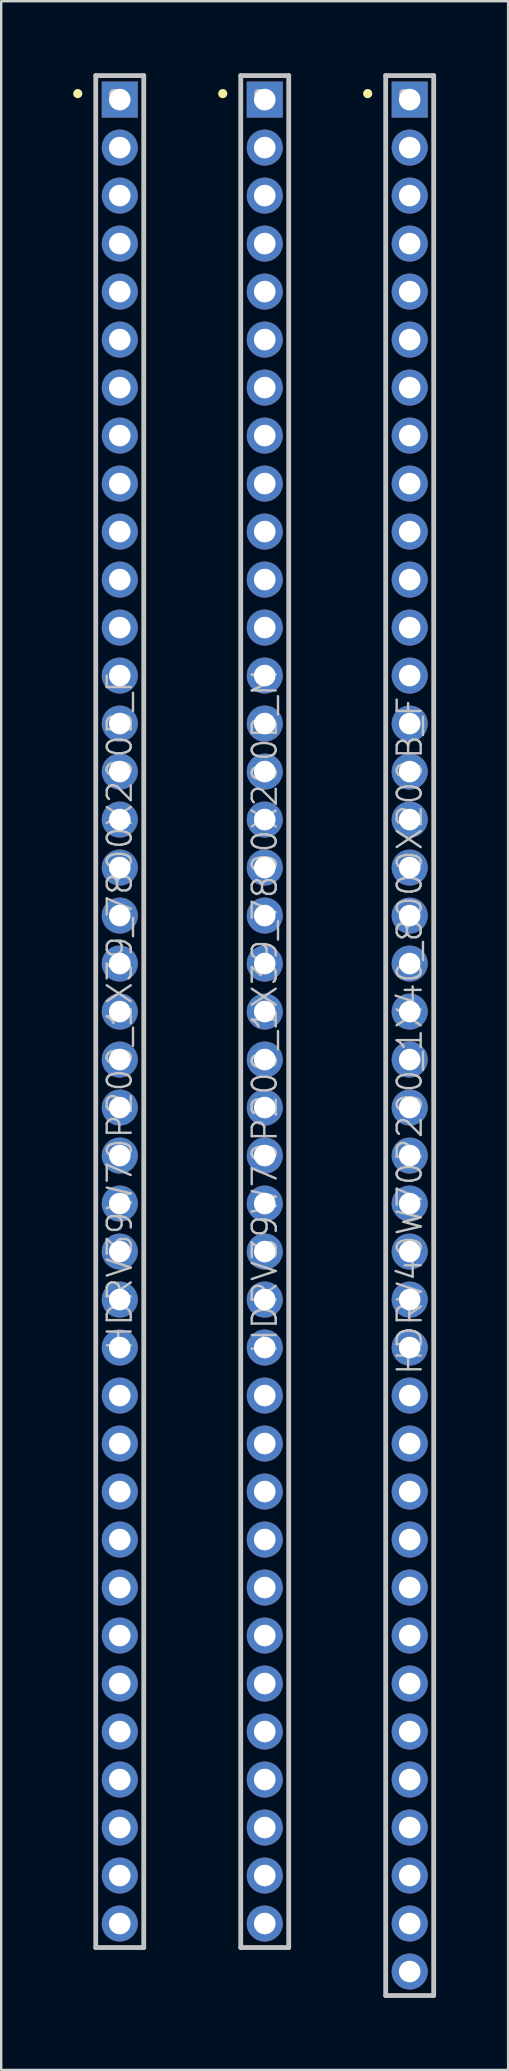
<source format=kicad_pcb>
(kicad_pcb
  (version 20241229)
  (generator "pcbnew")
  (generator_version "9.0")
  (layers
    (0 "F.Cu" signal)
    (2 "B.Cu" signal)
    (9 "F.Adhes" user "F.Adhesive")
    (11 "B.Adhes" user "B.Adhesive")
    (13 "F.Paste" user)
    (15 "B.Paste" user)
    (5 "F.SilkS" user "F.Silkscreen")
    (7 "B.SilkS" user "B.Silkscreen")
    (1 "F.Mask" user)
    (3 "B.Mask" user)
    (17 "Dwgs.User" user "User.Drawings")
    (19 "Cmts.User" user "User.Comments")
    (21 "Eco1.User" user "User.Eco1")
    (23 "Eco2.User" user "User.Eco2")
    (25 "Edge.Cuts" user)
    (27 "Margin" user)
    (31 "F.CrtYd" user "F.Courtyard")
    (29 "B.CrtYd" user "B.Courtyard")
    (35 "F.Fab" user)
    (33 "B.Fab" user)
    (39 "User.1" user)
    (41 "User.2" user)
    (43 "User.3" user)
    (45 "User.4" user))
  (footprint "HDRV39W70P200_1X39_7800X200B_M"
    (layer "F.Cu")
    (at 7.981 39.1)
    (property "Reference" "HDRV39W70P200_1X39_7800X200B_M" (at 0 0 90) (layer "Dwgs.User") (effects (font (size 1 1) (thickness 0.1))))
    (attr through_hole)
    (fp_line (start -1.75 -38.25) (end -1.75 -38.25) (stroke (width 0.381) (type solid)) (layer "F.SilkS"))
    (fp_line (start -1 -39) (end -1 39) (stroke (width 0.2) (type solid)) (layer "Dwgs.User"))
    (fp_line (start -1 -39) (end 1 -39) (stroke (width 0.2) (type solid)) (layer "Dwgs.User"))
    (fp_line (start -1 39) (end 1 39) (stroke (width 0.2) (type solid)) (layer "Dwgs.User"))
    (fp_line (start -0.25 -38.25) (end -0.25 -38.25) (stroke (width 0.381) (type solid)) (layer "Dwgs.User"))
    (fp_line (start 1 -39) (end 1 39) (stroke (width 0.2) (type solid)) (layer "Dwgs.User"))
    (pad "1" thru_hole rect (at 0 -38) (size 1.5 1.5) (drill 0.9) (layers "*.Cu" "*.Mask"))
    (pad "2" thru_hole circle (at 0 -36 270) (size 1.5 1.5) (drill 0.9) (layers "*.Cu" "*.Mask"))
    (pad "3" thru_hole circle (at 0 -34 270) (size 1.5 1.5) (drill 0.9) (layers "*.Cu" "*.Mask"))
    (pad "4" thru_hole circle (at 0 -32 270) (size 1.5 1.5) (drill 0.9) (layers "*.Cu" "*.Mask"))
    (pad "5" thru_hole circle (at 0 -30 270) (size 1.5 1.5) (drill 0.9) (layers "*.Cu" "*.Mask"))
    (pad "6" thru_hole circle (at 0 -28 270) (size 1.5 1.5) (drill 0.9) (layers "*.Cu" "*.Mask"))
    (pad "7" thru_hole circle (at 0 -26 270) (size 1.5 1.5) (drill 0.9) (layers "*.Cu" "*.Mask"))
    (pad "8" thru_hole circle (at 0 -24 270) (size 1.5 1.5) (drill 0.9) (layers "*.Cu" "*.Mask"))
    (pad "9" thru_hole circle (at 0 -22 270) (size 1.5 1.5) (drill 0.9) (layers "*.Cu" "*.Mask"))
    (pad "10" thru_hole circle (at 0 -20 270) (size 1.5 1.5) (drill 0.9) (layers "*.Cu" "*.Mask"))
    (pad "11" thru_hole circle (at 0 -18 270) (size 1.5 1.5) (drill 0.9) (layers "*.Cu" "*.Mask"))
    (pad "12" thru_hole circle (at 0 -16 270) (size 1.5 1.5) (drill 0.9) (layers "*.Cu" "*.Mask"))
    (pad "13" thru_hole circle (at 0 -14 270) (size 1.5 1.5) (drill 0.9) (layers "*.Cu" "*.Mask"))
    (pad "14" thru_hole circle (at 0 -12 270) (size 1.5 1.5) (drill 0.9) (layers "*.Cu" "*.Mask"))
    (pad "15" thru_hole circle (at 0 -10 270) (size 1.5 1.5) (drill 0.9) (layers "*.Cu" "*.Mask"))
    (pad "16" thru_hole circle (at 0 -8 270) (size 1.5 1.5) (drill 0.9) (layers "*.Cu" "*.Mask"))
    (pad "17" thru_hole circle (at 0 -6 270) (size 1.5 1.5) (drill 0.9) (layers "*.Cu" "*.Mask"))
    (pad "18" thru_hole circle (at 0 -4 270) (size 1.5 1.5) (drill 0.9) (layers "*.Cu" "*.Mask"))
    (pad "19" thru_hole circle (at 0 -2 270) (size 1.5 1.5) (drill 0.9) (layers "*.Cu" "*.Mask"))
    (pad "20" thru_hole circle (at 0 0 270) (size 1.5 1.5) (drill 0.9) (layers "*.Cu" "*.Mask"))
    (pad "21" thru_hole circle (at 0 2 270) (size 1.5 1.5) (drill 0.9) (layers "*.Cu" "*.Mask"))
    (pad "22" thru_hole circle (at 0 4 270) (size 1.5 1.5) (drill 0.9) (layers "*.Cu" "*.Mask"))
    (pad "23" thru_hole circle (at 0 6 270) (size 1.5 1.5) (drill 0.9) (layers "*.Cu" "*.Mask"))
    (pad "24" thru_hole circle (at 0 8 270) (size 1.5 1.5) (drill 0.9) (layers "*.Cu" "*.Mask"))
    (pad "25" thru_hole circle (at 0 10 270) (size 1.5 1.5) (drill 0.9) (layers "*.Cu" "*.Mask"))
    (pad "26" thru_hole circle (at 0 12 270) (size 1.5 1.5) (drill 0.9) (layers "*.Cu" "*.Mask"))
    (pad "27" thru_hole circle (at 0 14 270) (size 1.5 1.5) (drill 0.9) (layers "*.Cu" "*.Mask"))
    (pad "28" thru_hole circle (at 0 16 270) (size 1.5 1.5) (drill 0.9) (layers "*.Cu" "*.Mask"))
    (pad "29" thru_hole circle (at 0 18 270) (size 1.5 1.5) (drill 0.9) (layers "*.Cu" "*.Mask"))
    (pad "30" thru_hole circle (at 0 20 270) (size 1.5 1.5) (drill 0.9) (layers "*.Cu" "*.Mask"))
    (pad "31" thru_hole circle (at 0 22 270) (size 1.5 1.5) (drill 0.9) (layers "*.Cu" "*.Mask"))
    (pad "32" thru_hole circle (at 0 24 270) (size 1.5 1.5) (drill 0.9) (layers "*.Cu" "*.Mask"))
    (pad "33" thru_hole circle (at 0 26 270) (size 1.5 1.5) (drill 0.9) (layers "*.Cu" "*.Mask"))
    (pad "34" thru_hole circle (at 0 28 270) (size 1.5 1.5) (drill 0.9) (layers "*.Cu" "*.Mask"))
    (pad "35" thru_hole circle (at 0 30 270) (size 1.5 1.5) (drill 0.9) (layers "*.Cu" "*.Mask"))
    (pad "36" thru_hole circle (at 0 32 270) (size 1.5 1.5) (drill 0.9) (layers "*.Cu" "*.Mask"))
    (pad "37" thru_hole circle (at 0 34 270) (size 1.5 1.5) (drill 0.9) (layers "*.Cu" "*.Mask"))
    (pad "38" thru_hole circle (at 0 36 270) (size 1.5 1.5) (drill 0.9) (layers "*.Cu" "*.Mask"))
    (pad "39" thru_hole circle (at 0 38 270) (size 1.5 1.5) (drill 0.9) (layers "*.Cu" "*.Mask")))
  (footprint "HDRV40W70P200_1X40_8000X200B_F"
    (layer "F.Cu")
    (at 14.021 40.1)
    (property "Reference" "HDRV40W70P200_1X40_8000X200B_F" (at 0 0 90) (layer "Dwgs.User") (effects (font (size 1 1) (thickness 0.1))))
    (attr through_hole)
    (fp_line (start -1.75 -39.25) (end -1.75 -39.25) (stroke (width 0.381) (type solid)) (layer "F.SilkS"))
    (fp_line (start -1 -40) (end -1 40) (stroke (width 0.2) (type solid)) (layer "Dwgs.User"))
    (fp_line (start -1 -40) (end 1 -40) (stroke (width 0.2) (type solid)) (layer "Dwgs.User"))
    (fp_line (start -1 40) (end 1 40) (stroke (width 0.2) (type solid)) (layer "Dwgs.User"))
    (fp_line (start -0.25 -39.25) (end -0.25 -39.25) (stroke (width 0.381) (type solid)) (layer "Dwgs.User"))
    (fp_line (start 1 -40) (end 1 40) (stroke (width 0.2) (type solid)) (layer "Dwgs.User"))
    (pad "1" thru_hole rect (at 0 -39) (size 1.5 1.5) (drill 0.9) (layers "*.Cu" "*.Mask"))
    (pad "2" thru_hole circle (at 0 -37 270) (size 1.5 1.5) (drill 0.9) (layers "*.Cu" "*.Mask"))
    (pad "3" thru_hole circle (at 0 -35 270) (size 1.5 1.5) (drill 0.9) (layers "*.Cu" "*.Mask"))
    (pad "4" thru_hole circle (at 0 -33 270) (size 1.5 1.5) (drill 0.9) (layers "*.Cu" "*.Mask"))
    (pad "5" thru_hole circle (at 0 -31 270) (size 1.5 1.5) (drill 0.9) (layers "*.Cu" "*.Mask"))
    (pad "6" thru_hole circle (at 0 -29 270) (size 1.5 1.5) (drill 0.9) (layers "*.Cu" "*.Mask"))
    (pad "7" thru_hole circle (at 0 -27 270) (size 1.5 1.5) (drill 0.9) (layers "*.Cu" "*.Mask"))
    (pad "8" thru_hole circle (at 0 -25 270) (size 1.5 1.5) (drill 0.9) (layers "*.Cu" "*.Mask"))
    (pad "9" thru_hole circle (at 0 -23 270) (size 1.5 1.5) (drill 0.9) (layers "*.Cu" "*.Mask"))
    (pad "10" thru_hole circle (at 0 -21 270) (size 1.5 1.5) (drill 0.9) (layers "*.Cu" "*.Mask"))
    (pad "11" thru_hole circle (at 0 -19 270) (size 1.5 1.5) (drill 0.9) (layers "*.Cu" "*.Mask"))
    (pad "12" thru_hole circle (at 0 -17 270) (size 1.5 1.5) (drill 0.9) (layers "*.Cu" "*.Mask"))
    (pad "13" thru_hole circle (at 0 -15 270) (size 1.5 1.5) (drill 0.9) (layers "*.Cu" "*.Mask"))
    (pad "14" thru_hole circle (at 0 -13 270) (size 1.5 1.5) (drill 0.9) (layers "*.Cu" "*.Mask"))
    (pad "15" thru_hole circle (at 0 -11 270) (size 1.5 1.5) (drill 0.9) (layers "*.Cu" "*.Mask"))
    (pad "16" thru_hole circle (at 0 -9 270) (size 1.5 1.5) (drill 0.9) (layers "*.Cu" "*.Mask"))
    (pad "17" thru_hole circle (at 0 -7 270) (size 1.5 1.5) (drill 0.9) (layers "*.Cu" "*.Mask"))
    (pad "18" thru_hole circle (at 0 -5 270) (size 1.5 1.5) (drill 0.9) (layers "*.Cu" "*.Mask"))
    (pad "19" thru_hole circle (at 0 -3 270) (size 1.5 1.5) (drill 0.9) (layers "*.Cu" "*.Mask"))
    (pad "20" thru_hole circle (at 0 -1 270) (size 1.5 1.5) (drill 0.9) (layers "*.Cu" "*.Mask"))
    (pad "21" thru_hole circle (at 0 1 270) (size 1.5 1.5) (drill 0.9) (layers "*.Cu" "*.Mask"))
    (pad "22" thru_hole circle (at 0 3 270) (size 1.5 1.5) (drill 0.9) (layers "*.Cu" "*.Mask"))
    (pad "23" thru_hole circle (at 0 5 270) (size 1.5 1.5) (drill 0.9) (layers "*.Cu" "*.Mask"))
    (pad "24" thru_hole circle (at 0 7 270) (size 1.5 1.5) (drill 0.9) (layers "*.Cu" "*.Mask"))
    (pad "25" thru_hole circle (at 0 9 270) (size 1.5 1.5) (drill 0.9) (layers "*.Cu" "*.Mask"))
    (pad "26" thru_hole circle (at 0 11 270) (size 1.5 1.5) (drill 0.9) (layers "*.Cu" "*.Mask"))
    (pad "27" thru_hole circle (at 0 13 270) (size 1.5 1.5) (drill 0.9) (layers "*.Cu" "*.Mask"))
    (pad "28" thru_hole circle (at 0 15 270) (size 1.5 1.5) (drill 0.9) (layers "*.Cu" "*.Mask"))
    (pad "29" thru_hole circle (at 0 17 270) (size 1.5 1.5) (drill 0.9) (layers "*.Cu" "*.Mask"))
    (pad "30" thru_hole circle (at 0 19 270) (size 1.5 1.5) (drill 0.9) (layers "*.Cu" "*.Mask"))
    (pad "31" thru_hole circle (at 0 21 270) (size 1.5 1.5) (drill 0.9) (layers "*.Cu" "*.Mask"))
    (pad "32" thru_hole circle (at 0 23 270) (size 1.5 1.5) (drill 0.9) (layers "*.Cu" "*.Mask"))
    (pad "33" thru_hole circle (at 0 25 270) (size 1.5 1.5) (drill 0.9) (layers "*.Cu" "*.Mask"))
    (pad "34" thru_hole circle (at 0 27 270) (size 1.5 1.5) (drill 0.9) (layers "*.Cu" "*.Mask"))
    (pad "35" thru_hole circle (at 0 29 270) (size 1.5 1.5) (drill 0.9) (layers "*.Cu" "*.Mask"))
    (pad "36" thru_hole circle (at 0 31 270) (size 1.5 1.5) (drill 0.9) (layers "*.Cu" "*.Mask"))
    (pad "37" thru_hole circle (at 0 33 270) (size 1.5 1.5) (drill 0.9) (layers "*.Cu" "*.Mask"))
    (pad "38" thru_hole circle (at 0 35 270) (size 1.5 1.5) (drill 0.9) (layers "*.Cu" "*.Mask"))
    (pad "39" thru_hole circle (at 0 37 270) (size 1.5 1.5) (drill 0.9) (layers "*.Cu" "*.Mask"))
    (pad "40" thru_hole circle (at 0 39 270) (size 1.5 1.5) (drill 0.9) (layers "*.Cu" "*.Mask")))
  (footprint "HDRV39W70P200_1X39_7800X200B_F"
    (layer "F.Cu")
    (at 1.94 39.1)
    (property "Reference" "HDRV39W70P200_1X39_7800X200B_F" (at 0 0 90) (layer "Dwgs.User") (effects (font (size 1 1) (thickness 0.1))))
    (attr through_hole)
    (fp_line (start -1.75 -38.25) (end -1.75 -38.25) (stroke (width 0.381) (type solid)) (layer "F.SilkS"))
    (fp_line (start -1 -39) (end -1 39) (stroke (width 0.2) (type solid)) (layer "Dwgs.User"))
    (fp_line (start -1 -39) (end 1 -39) (stroke (width 0.2) (type solid)) (layer "Dwgs.User"))
    (fp_line (start -1 39) (end 1 39) (stroke (width 0.2) (type solid)) (layer "Dwgs.User"))
    (fp_line (start -0.25 -38.25) (end -0.25 -38.25) (stroke (width 0.381) (type solid)) (layer "Dwgs.User"))
    (fp_line (start 1 -39) (end 1 39) (stroke (width 0.2) (type solid)) (layer "Dwgs.User"))
    (pad "1" thru_hole rect (at 0 -38) (size 1.5 1.5) (drill 0.9) (layers "*.Cu" "*.Mask"))
    (pad "2" thru_hole circle (at 0 -36 270) (size 1.5 1.5) (drill 0.9) (layers "*.Cu" "*.Mask"))
    (pad "3" thru_hole circle (at 0 -34 270) (size 1.5 1.5) (drill 0.9) (layers "*.Cu" "*.Mask"))
    (pad "4" thru_hole circle (at 0 -32 270) (size 1.5 1.5) (drill 0.9) (layers "*.Cu" "*.Mask"))
    (pad "5" thru_hole circle (at 0 -30 270) (size 1.5 1.5) (drill 0.9) (layers "*.Cu" "*.Mask"))
    (pad "6" thru_hole circle (at 0 -28 270) (size 1.5 1.5) (drill 0.9) (layers "*.Cu" "*.Mask"))
    (pad "7" thru_hole circle (at 0 -26 270) (size 1.5 1.5) (drill 0.9) (layers "*.Cu" "*.Mask"))
    (pad "8" thru_hole circle (at 0 -24 270) (size 1.5 1.5) (drill 0.9) (layers "*.Cu" "*.Mask"))
    (pad "9" thru_hole circle (at 0 -22 270) (size 1.5 1.5) (drill 0.9) (layers "*.Cu" "*.Mask"))
    (pad "10" thru_hole circle (at 0 -20 270) (size 1.5 1.5) (drill 0.9) (layers "*.Cu" "*.Mask"))
    (pad "11" thru_hole circle (at 0 -18 270) (size 1.5 1.5) (drill 0.9) (layers "*.Cu" "*.Mask"))
    (pad "12" thru_hole circle (at 0 -16 270) (size 1.5 1.5) (drill 0.9) (layers "*.Cu" "*.Mask"))
    (pad "13" thru_hole circle (at 0 -14 270) (size 1.5 1.5) (drill 0.9) (layers "*.Cu" "*.Mask"))
    (pad "14" thru_hole circle (at 0 -12 270) (size 1.5 1.5) (drill 0.9) (layers "*.Cu" "*.Mask"))
    (pad "15" thru_hole circle (at 0 -10 270) (size 1.5 1.5) (drill 0.9) (layers "*.Cu" "*.Mask"))
    (pad "16" thru_hole circle (at 0 -8 270) (size 1.5 1.5) (drill 0.9) (layers "*.Cu" "*.Mask"))
    (pad "17" thru_hole circle (at 0 -6 270) (size 1.5 1.5) (drill 0.9) (layers "*.Cu" "*.Mask"))
    (pad "18" thru_hole circle (at 0 -4 270) (size 1.5 1.5) (drill 0.9) (layers "*.Cu" "*.Mask"))
    (pad "19" thru_hole circle (at 0 -2 270) (size 1.5 1.5) (drill 0.9) (layers "*.Cu" "*.Mask"))
    (pad "20" thru_hole circle (at 0 0 270) (size 1.5 1.5) (drill 0.9) (layers "*.Cu" "*.Mask"))
    (pad "21" thru_hole circle (at 0 2 270) (size 1.5 1.5) (drill 0.9) (layers "*.Cu" "*.Mask"))
    (pad "22" thru_hole circle (at 0 4 270) (size 1.5 1.5) (drill 0.9) (layers "*.Cu" "*.Mask"))
    (pad "23" thru_hole circle (at 0 6 270) (size 1.5 1.5) (drill 0.9) (layers "*.Cu" "*.Mask"))
    (pad "24" thru_hole circle (at 0 8 270) (size 1.5 1.5) (drill 0.9) (layers "*.Cu" "*.Mask"))
    (pad "25" thru_hole circle (at 0 10 270) (size 1.5 1.5) (drill 0.9) (layers "*.Cu" "*.Mask"))
    (pad "26" thru_hole circle (at 0 12 270) (size 1.5 1.5) (drill 0.9) (layers "*.Cu" "*.Mask"))
    (pad "27" thru_hole circle (at 0 14 270) (size 1.5 1.5) (drill 0.9) (layers "*.Cu" "*.Mask"))
    (pad "28" thru_hole circle (at 0 16 270) (size 1.5 1.5) (drill 0.9) (layers "*.Cu" "*.Mask"))
    (pad "29" thru_hole circle (at 0 18 270) (size 1.5 1.5) (drill 0.9) (layers "*.Cu" "*.Mask"))
    (pad "30" thru_hole circle (at 0 20 270) (size 1.5 1.5) (drill 0.9) (layers "*.Cu" "*.Mask"))
    (pad "31" thru_hole circle (at 0 22 270) (size 1.5 1.5) (drill 0.9) (layers "*.Cu" "*.Mask"))
    (pad "32" thru_hole circle (at 0 24 270) (size 1.5 1.5) (drill 0.9) (layers "*.Cu" "*.Mask"))
    (pad "33" thru_hole circle (at 0 26 270) (size 1.5 1.5) (drill 0.9) (layers "*.Cu" "*.Mask"))
    (pad "34" thru_hole circle (at 0 28 270) (size 1.5 1.5) (drill 0.9) (layers "*.Cu" "*.Mask"))
    (pad "35" thru_hole circle (at 0 30 270) (size 1.5 1.5) (drill 0.9) (layers "*.Cu" "*.Mask"))
    (pad "36" thru_hole circle (at 0 32 270) (size 1.5 1.5) (drill 0.9) (layers "*.Cu" "*.Mask"))
    (pad "37" thru_hole circle (at 0 34 270) (size 1.5 1.5) (drill 0.9) (layers "*.Cu" "*.Mask"))
    (pad "38" thru_hole circle (at 0 36 270) (size 1.5 1.5) (drill 0.9) (layers "*.Cu" "*.Mask"))
    (pad "39" thru_hole circle (at 0 38 270) (size 1.5 1.5) (drill 0.9) (layers "*.Cu" "*.Mask")))
  (gr_rect
    (start -3 -3)
    (end 18.122 83.2)
    (stroke (width 0.1) (type default))
    (fill no)
    (layer "Edge.Cuts")))
</source>
